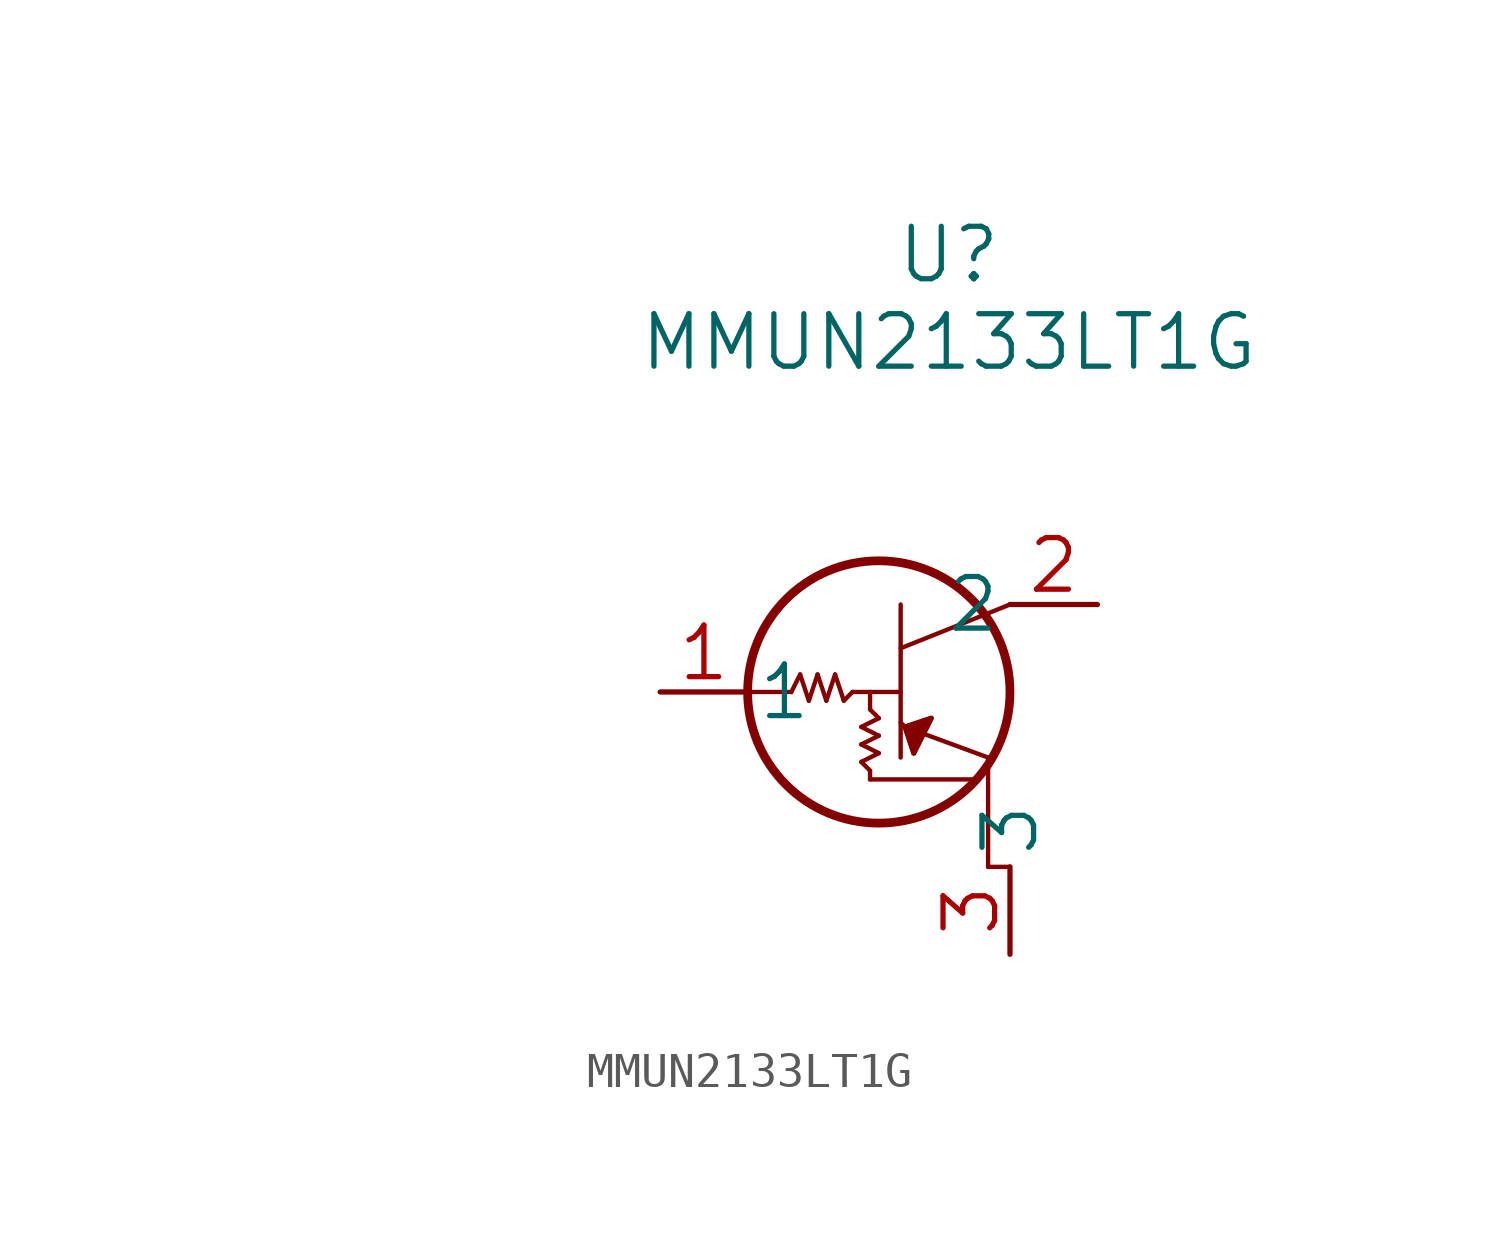
<source format=kicad_sym>
(kicad_symbol_lib
  (version 20211014)
  (generator kicad_symbol_editor)
  (symbol "MMUN2133LT1G"
    (pin_names
      (offset 0.254))
    (property "Reference" "U"
      (at 20.32 12.7 0)
      (effects (font (size 1.524 1.524))))
    (property "Value" "MMUN2133LT1G"
      (at 20.32 10.16 0)
      (effects (font (size 1.524 1.524))))
    (property "Datasheet" ""
      (at 0 0 0)
      (effects (font (size 1.524 1.524))))
    (symbol "MMUN2133LT1G_1_1"
      (polyline (pts (xy 14.478 0) (xy 15.748 0)) (stroke (width 0.127) (type default) (color 0 0 0 0)) (fill (type none)))
      (polyline (pts (xy 15.748 0) (xy 16.002 0.508)) (stroke (width 0.127) (type default) (color 0 0 0 0)) (fill (type none)))
      (polyline (pts (xy 16.002 0.508) (xy 16.256 -0.254)) (stroke (width 0.127) (type default) (color 0 0 0 0)) (fill (type none)))
      (polyline (pts (xy 16.256 -0.254) (xy 16.51 0.508)) (stroke (width 0.127) (type default) (color 0 0 0 0)) (fill (type none)))
      (polyline (pts (xy 16.51 0.508) (xy 16.764 -0.254)) (stroke (width 0.127) (type default) (color 0 0 0 0)) (fill (type none)))
      (polyline (pts (xy 16.764 -0.254) (xy 17.018 0.508)) (stroke (width 0.127) (type default) (color 0 0 0 0)) (fill (type none)))
      (polyline (pts (xy 17.018 0.508) (xy 17.272 -0.254)) (stroke (width 0.127) (type default) (color 0 0 0 0)) (fill (type none)))
      (polyline (pts (xy 17.272 -0.254) (xy 17.526 0)) (stroke (width 0.127) (type default) (color 0 0 0 0)) (fill (type none)))
      (polyline (pts (xy 17.526 0) (xy 18.796 0)) (stroke (width 0.127) (type default) (color 0 0 0 0)) (fill (type none)))
      (polyline (pts (xy 17.78 -2.032) (xy 18.034 -2.286)) (stroke (width 0.127) (type default) (color 0 0 0 0)) (fill (type none)))
      (polyline (pts (xy 17.78 -1.524) (xy 18.288 -1.778)) (stroke (width 0.127) (type default) (color 0 0 0 0)) (fill (type none)))
      (polyline (pts (xy 17.78 -1.016) (xy 18.288 -1.27)) (stroke (width 0.127) (type default) (color 0 0 0 0)) (fill (type none)))
      (polyline (pts (xy 18.034 -2.54) (xy 21.082 -2.54)) (stroke (width 0.127) (type default) (color 0 0 0 0)) (fill (type none)))
      (polyline (pts (xy 18.034 -2.286) (xy 18.034 -2.54)) (stroke (width 0.127) (type default) (color 0 0 0 0)) (fill (type none)))
      (polyline (pts (xy 18.034 -0.508) (xy 18.288 -0.762)) (stroke (width 0.127) (type default) (color 0 0 0 0)) (fill (type none)))
      (polyline (pts (xy 18.034 0) (xy 18.034 -0.508)) (stroke (width 0.127) (type default) (color 0 0 0 0)) (fill (type none)))
      (polyline (pts (xy 18.288 -1.778) (xy 17.78 -2.032)) (stroke (width 0.127) (type default) (color 0 0 0 0)) (fill (type none)))
      (polyline (pts (xy 18.288 -1.27) (xy 17.78 -1.524)) (stroke (width 0.127) (type default) (color 0 0 0 0)) (fill (type none)))
      (polyline (pts (xy 18.288 -0.762) (xy 17.78 -1.016)) (stroke (width 0.127) (type default) (color 0 0 0 0)) (fill (type none)))
      (polyline (pts (xy 18.796 0) (xy 18.923 0)) (stroke (width 0.127) (type default) (color 0 0 0 0)) (fill (type none)))
      (polyline (pts (xy 18.923 2.54) (xy 18.923 -1.905)) (stroke (width 0.127) (type default) (color 0 0 0 0)) (fill (type none)))
      (polyline (pts (xy 19.05 -1.016) (xy 18.923 -0.889)) (stroke (width 0.127) (type default) (color 0 0 0 0)) (fill (type none)))
      (polyline (pts (xy 19.05 -1.016) (xy 19.304 -1.778)) (stroke (width 0.127) (type default) (color 0 0 0 0)) (fill (type none)))
      (polyline (pts (xy 19.304 -1.778) (xy 19.812 -0.762)) (stroke (width 0.127) (type default) (color 0 0 0 0)) (fill (type none)))
      (polyline (pts (xy 19.812 -0.762) (xy 19.05 -1.016)) (stroke (width 0.127) (type default) (color 0 0 0 0)) (fill (type none)))
      (polyline (pts (xy 21.463 -5.08) (xy 21.463 -1.905)) (stroke (width 0.127) (type default) (color 0 0 0 0)) (fill (type none)))
      (polyline (pts (xy 21.463 -1.905) (xy 19.05 -1.016)) (stroke (width 0.127) (type default) (color 0 0 0 0)) (fill (type none)))
      (polyline (pts (xy 22.098 -5.08) (xy 21.463 -5.08)) (stroke (width 0.127) (type default) (color 0 0 0 0)) (fill (type none)))
      (polyline (pts (xy 22.098 2.54) (xy 18.923 1.27)) (stroke (width 0.127) (type default) (color 0 0 0 0)) (fill (type none)))
      (polyline (pts (xy 19.304 -1.778) (xy 19.05 -1.016) (xy 19.812 -0.762) (xy 19.304 -1.778)) (stroke (width 0) (type default) (color 0 0 0 0)) (fill (type outline)))
      (circle (center 18.288 0) (radius 3.81) (stroke (width 0.254) (type default) (color 0 0 0 0)) (fill (type none)))
      (pin unspecified line (at 11.938 0 0) (length 2.54) (name "1" (effects (font (size 1.499 1.499)))) (number "1" (effects (font (size 1.499 1.499)))))
      (pin unspecified line (at 24.638 2.54 180) (length 2.54) (name "2" (effects (font (size 1.499 1.499)))) (number "2" (effects (font (size 1.499 1.499)))))
      (pin unspecified line (at 22.098 -7.62 90) (length 2.54) (name "3" (effects (font (size 1.499 1.499)))) (number "3" (effects (font (size 1.499 1.499))))))))
</source>
